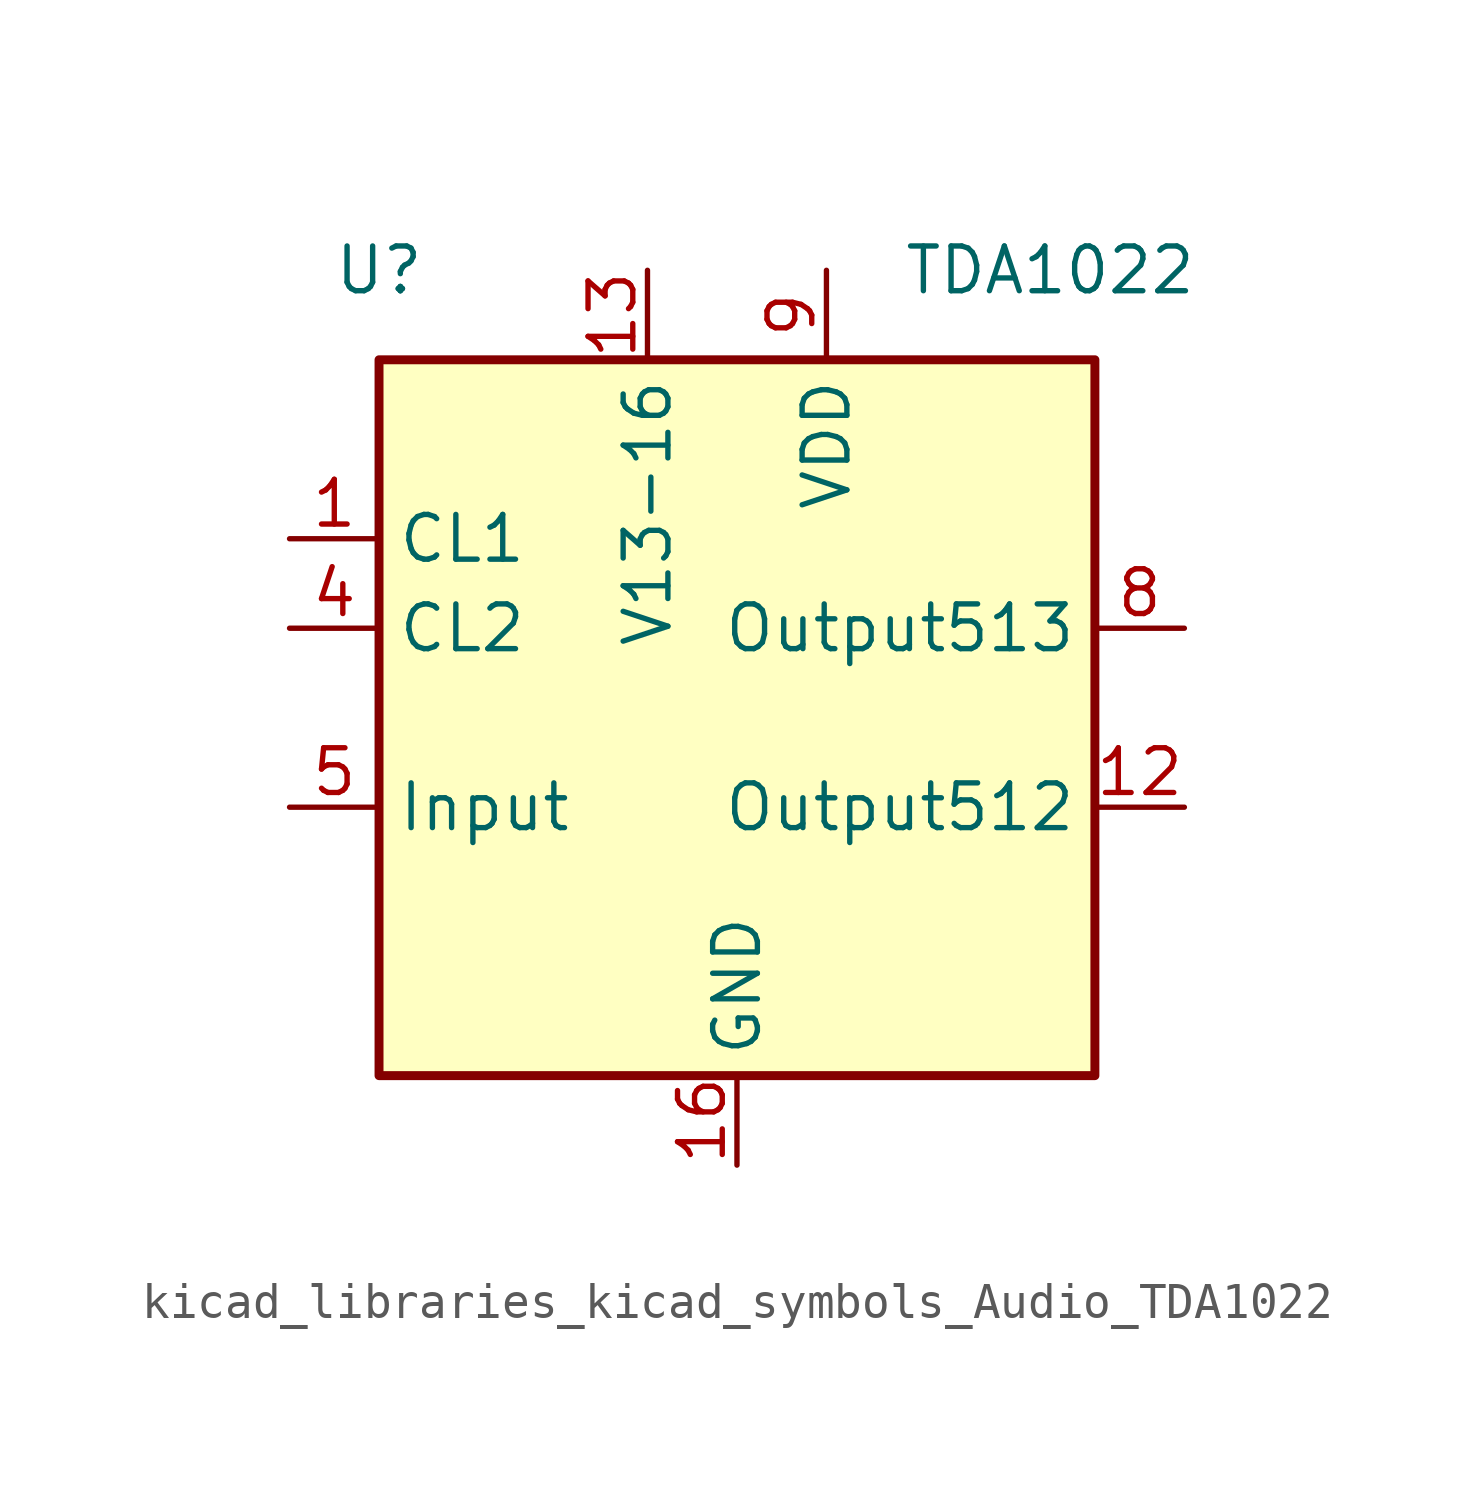
<source format=kicad_sym>
(kicad_symbol_lib
  (version 20220914)
  (generator kicad_symbol_editor)
  (symbol "kicad_libraries_kicad_symbols_Audio_TDA1022"
    (property "Reference" "U"
      (at -10.16 12.7 0)
      (effects (font (size 1.27 1.27))))
    (property "Value" "TDA1022"
      (at 8.89 12.7 0)
      (effects (font (size 1.27 1.27))))
    (symbol "kicad_libraries_kicad_symbols_Audio_TDA1022_0_1"
      (rectangle (start -10.16 10.16) (end 10.16 -10.16) (stroke (width 0.254) (type default)) (fill (type background))))
    (symbol "kicad_libraries_kicad_symbols_Audio_TDA1022_1_1"
      (pin input line (at -12.7 5.08 0) (length 2.54) (name "CL1" (effects (font (size 1.27 1.27)))) (number "1" (effects (font (size 1.27 1.27)))))
      (pin no_connect line (at 2.54 -10.16 90) (length 2.54) hide (name "NC" (effects (font (size 1.27 1.27)))) (number "10" (effects (font (size 1.27 1.27)))))
      (pin no_connect line (at 5.08 -10.16 90) (length 2.54) hide (name "NC" (effects (font (size 1.27 1.27)))) (number "11" (effects (font (size 1.27 1.27)))))
      (pin output line (at 12.7 -2.54 180) (length 2.54) (name "Output512" (effects (font (size 1.27 1.27)))) (number "12" (effects (font (size 1.27 1.27)))))
      (pin power_in line (at -2.54 12.7 270) (length 2.54) (name "V13-16" (effects (font (size 1.27 1.27)))) (number "13" (effects (font (size 1.27 1.27)))))
      (pin no_connect line (at 10.16 -5.08 180) (length 2.54) hide (name "NC" (effects (font (size 1.27 1.27)))) (number "14" (effects (font (size 1.27 1.27)))))
      (pin no_connect line (at 10.16 -7.62 180) (length 2.54) hide (name "NC" (effects (font (size 1.27 1.27)))) (number "15" (effects (font (size 1.27 1.27)))))
      (pin power_in line (at 0 -12.7 90) (length 2.54) (name "GND" (effects (font (size 1.27 1.27)))) (number "16" (effects (font (size 1.27 1.27)))))
      (pin no_connect line (at -10.16 -5.08 0) (length 2.54) hide (name "NC" (effects (font (size 1.27 1.27)))) (number "2" (effects (font (size 1.27 1.27)))))
      (pin no_connect line (at -10.16 -7.62 0) (length 2.54) hide (name "NC" (effects (font (size 1.27 1.27)))) (number "3" (effects (font (size 1.27 1.27)))))
      (pin input line (at -12.7 2.54 0) (length 2.54) (name "CL2" (effects (font (size 1.27 1.27)))) (number "4" (effects (font (size 1.27 1.27)))))
      (pin input line (at -12.7 -2.54 0) (length 2.54) (name "Input" (effects (font (size 1.27 1.27)))) (number "5" (effects (font (size 1.27 1.27)))))
      (pin no_connect line (at -5.08 -10.16 90) (length 2.54) hide (name "NC" (effects (font (size 1.27 1.27)))) (number "6" (effects (font (size 1.27 1.27)))))
      (pin no_connect line (at -2.54 -10.16 90) (length 2.54) hide (name "NC" (effects (font (size 1.27 1.27)))) (number "7" (effects (font (size 1.27 1.27)))))
      (pin output line (at 12.7 2.54 180) (length 2.54) (name "Output513" (effects (font (size 1.27 1.27)))) (number "8" (effects (font (size 1.27 1.27)))))
      (pin power_in line (at 2.54 12.7 270) (length 2.54) (name "VDD" (effects (font (size 1.27 1.27)))) (number "9" (effects (font (size 1.27 1.27))))))))
</source>
